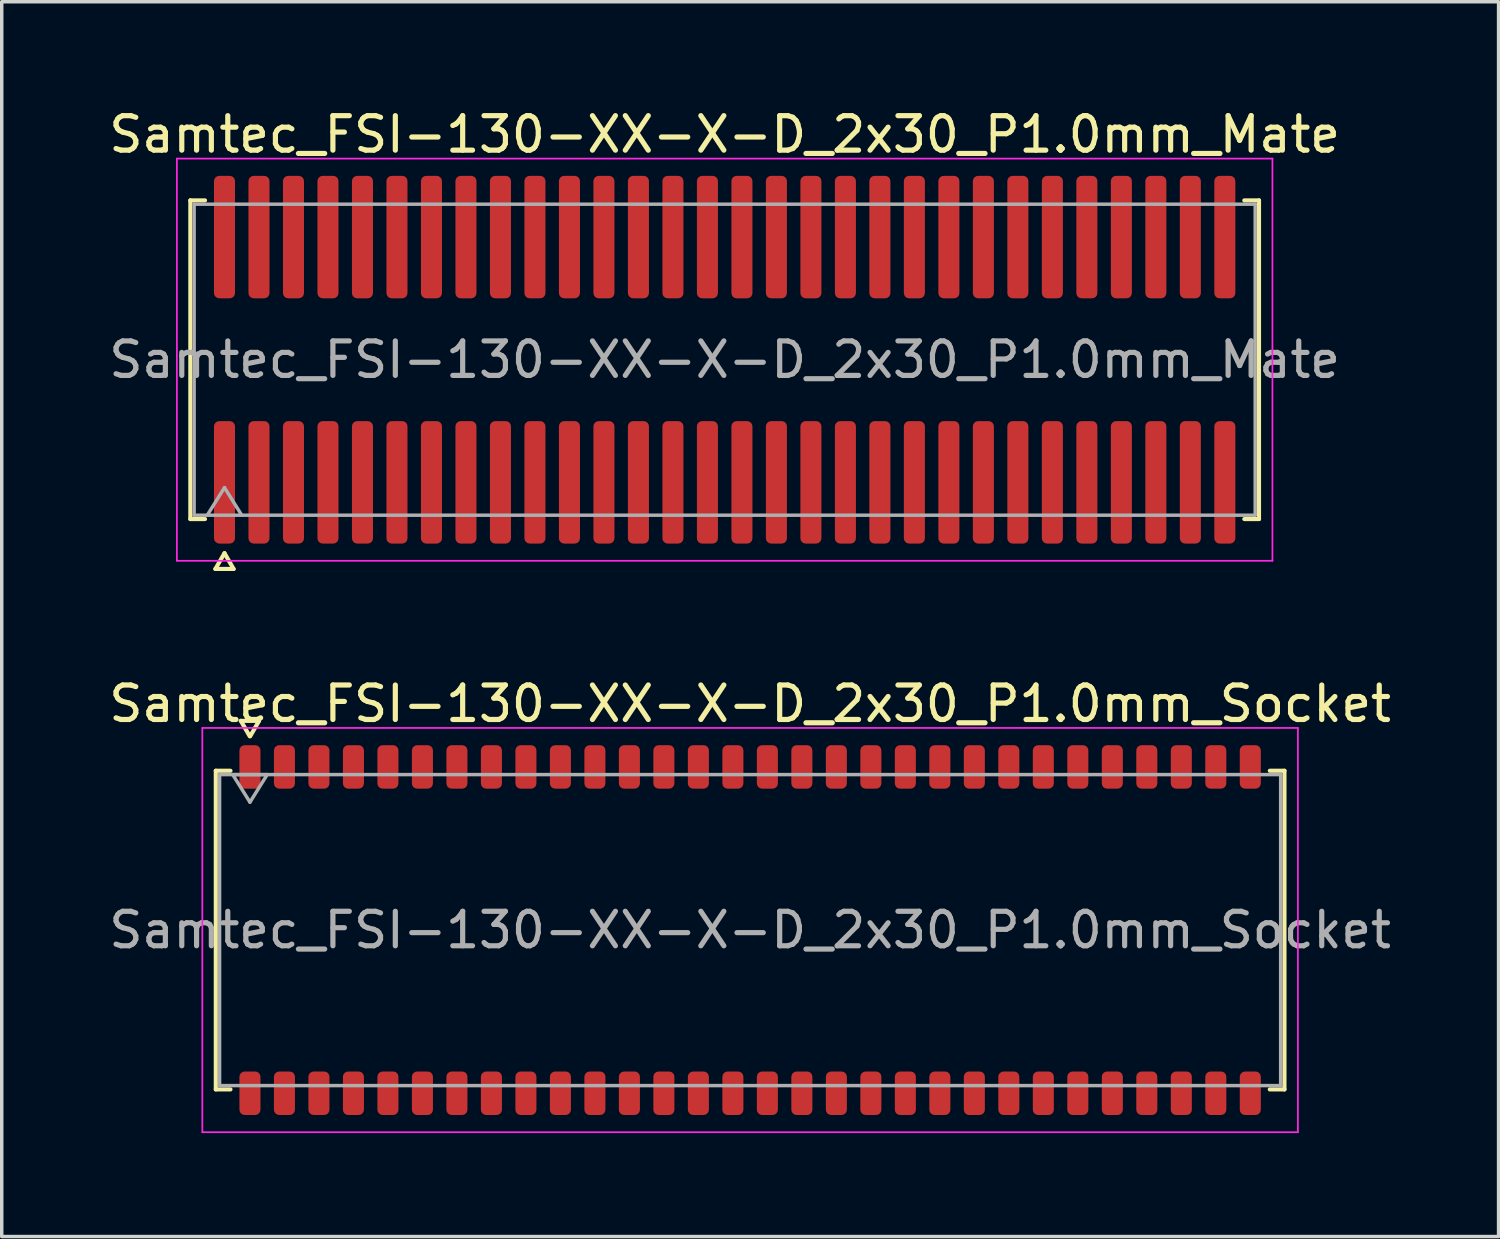
<source format=kicad_pcb>
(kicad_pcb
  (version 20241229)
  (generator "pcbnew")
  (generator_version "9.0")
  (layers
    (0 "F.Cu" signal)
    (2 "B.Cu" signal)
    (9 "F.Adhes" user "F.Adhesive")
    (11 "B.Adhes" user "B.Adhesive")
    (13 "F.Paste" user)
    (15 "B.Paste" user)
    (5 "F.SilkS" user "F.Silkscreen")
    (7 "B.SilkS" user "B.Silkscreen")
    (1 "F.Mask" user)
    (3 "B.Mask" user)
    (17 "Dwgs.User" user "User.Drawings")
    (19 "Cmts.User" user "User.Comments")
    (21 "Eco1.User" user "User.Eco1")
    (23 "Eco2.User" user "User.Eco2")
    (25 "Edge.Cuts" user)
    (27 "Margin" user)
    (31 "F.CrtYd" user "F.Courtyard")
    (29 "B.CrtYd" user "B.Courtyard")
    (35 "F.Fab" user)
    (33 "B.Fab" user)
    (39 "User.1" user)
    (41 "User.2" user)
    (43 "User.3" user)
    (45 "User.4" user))
  (footprint "Samtec_FSI-130-XX-X-D_2x30_P1.0mm_Mate"
    (layer "F.Cu")
    (at 17.958 7.378)
    (property "Reference" "Samtec_FSI-130-XX-X-D_2x30_P1.0mm_Mate" (at 0 -6.53 0) (layer "F.SilkS") (effects (font (size 1 1) (thickness 0.15))))
    (attr smd exclude_from_pos_files exclude_from_bom)
    (fp_line (start -15.49 -4.619) (end -15.065 -4.619) (stroke (width 0.12) (type solid)) (layer "F.SilkS"))
    (fp_line (start -15.49 4.619) (end -15.49 -4.619) (stroke (width 0.12) (type solid)) (layer "F.SilkS"))
    (fp_line (start -15.065 4.619) (end -15.49 4.619) (stroke (width 0.12) (type solid)) (layer "F.SilkS"))
    (fp_line (start -14.764 6.066) (end -14.5 5.609) (stroke (width 0.12) (type solid)) (layer "F.SilkS"))
    (fp_line (start -14.5 5.609) (end -14.236 6.066) (stroke (width 0.12) (type solid)) (layer "F.SilkS"))
    (fp_line (start -14.236 6.066) (end -14.764 6.066) (stroke (width 0.12) (type solid)) (layer "F.SilkS"))
    (fp_line (start 15.065 -4.619) (end 15.49 -4.619) (stroke (width 0.12) (type solid)) (layer "F.SilkS"))
    (fp_line (start 15.49 -4.619) (end 15.49 4.619) (stroke (width 0.12) (type solid)) (layer "F.SilkS"))
    (fp_line (start 15.49 4.619) (end 15.065 4.619) (stroke (width 0.12) (type solid)) (layer "F.SilkS"))
    (fp_line (start -15.88 -5.83) (end -15.88 5.83) (stroke (width 0.05) (type solid)) (layer "F.CrtYd"))
    (fp_line (start -15.88 5.83) (end 15.88 5.83) (stroke (width 0.05) (type solid)) (layer "F.CrtYd"))
    (fp_line (start 15.88 -5.83) (end -15.88 -5.83) (stroke (width 0.05) (type solid)) (layer "F.CrtYd"))
    (fp_line (start 15.88 5.83) (end 15.88 -5.83) (stroke (width 0.05) (type solid)) (layer "F.CrtYd"))
    (fp_line (start -15.38 -4.508) (end 15.38 -4.508) (stroke (width 0.1) (type solid)) (layer "F.Fab"))
    (fp_line (start -15.38 4.508) (end -15.38 -4.508) (stroke (width 0.1) (type solid)) (layer "F.Fab"))
    (fp_line (start -15 4.508) (end -14.5 3.708) (stroke (width 0.1) (type solid)) (layer "F.Fab"))
    (fp_line (start -14.5 3.708) (end -14 4.508) (stroke (width 0.1) (type solid)) (layer "F.Fab"))
    (fp_line (start 15.38 -4.508) (end 15.38 4.508) (stroke (width 0.1) (type solid)) (layer "F.Fab"))
    (fp_line (start 15.38 4.508) (end -15.38 4.508) (stroke (width 0.1) (type solid)) (layer "F.Fab"))
    (fp_text user "${REFERENCE}" (at 0 0 0) (layer "F.Fab") (effects (font (size 1 1) (thickness 0.15))))
    (pad "1" smd roundrect (at -14.5 3.555) (size 0.61 3.55) (layers "F.Cu" "F.Mask") (roundrect_rratio 0.25))
    (pad "2" smd roundrect (at -14.5 -3.555) (size 0.61 3.55) (layers "F.Cu" "F.Mask") (roundrect_rratio 0.25))
    (pad "3" smd roundrect (at -13.5 3.555) (size 0.61 3.55) (layers "F.Cu" "F.Mask") (roundrect_rratio 0.25))
    (pad "4" smd roundrect (at -13.5 -3.555) (size 0.61 3.55) (layers "F.Cu" "F.Mask") (roundrect_rratio 0.25))
    (pad "5" smd roundrect (at -12.5 3.555) (size 0.61 3.55) (layers "F.Cu" "F.Mask") (roundrect_rratio 0.25))
    (pad "6" smd roundrect (at -12.5 -3.555) (size 0.61 3.55) (layers "F.Cu" "F.Mask") (roundrect_rratio 0.25))
    (pad "7" smd roundrect (at -11.5 3.555) (size 0.61 3.55) (layers "F.Cu" "F.Mask") (roundrect_rratio 0.25))
    (pad "8" smd roundrect (at -11.5 -3.555) (size 0.61 3.55) (layers "F.Cu" "F.Mask") (roundrect_rratio 0.25))
    (pad "9" smd roundrect (at -10.5 3.555) (size 0.61 3.55) (layers "F.Cu" "F.Mask") (roundrect_rratio 0.25))
    (pad "10" smd roundrect (at -10.5 -3.555) (size 0.61 3.55) (layers "F.Cu" "F.Mask") (roundrect_rratio 0.25))
    (pad "11" smd roundrect (at -9.5 3.555) (size 0.61 3.55) (layers "F.Cu" "F.Mask") (roundrect_rratio 0.25))
    (pad "12" smd roundrect (at -9.5 -3.555) (size 0.61 3.55) (layers "F.Cu" "F.Mask") (roundrect_rratio 0.25))
    (pad "13" smd roundrect (at -8.5 3.555) (size 0.61 3.55) (layers "F.Cu" "F.Mask") (roundrect_rratio 0.25))
    (pad "14" smd roundrect (at -8.5 -3.555) (size 0.61 3.55) (layers "F.Cu" "F.Mask") (roundrect_rratio 0.25))
    (pad "15" smd roundrect (at -7.5 3.555) (size 0.61 3.55) (layers "F.Cu" "F.Mask") (roundrect_rratio 0.25))
    (pad "16" smd roundrect (at -7.5 -3.555) (size 0.61 3.55) (layers "F.Cu" "F.Mask") (roundrect_rratio 0.25))
    (pad "17" smd roundrect (at -6.5 3.555) (size 0.61 3.55) (layers "F.Cu" "F.Mask") (roundrect_rratio 0.25))
    (pad "18" smd roundrect (at -6.5 -3.555) (size 0.61 3.55) (layers "F.Cu" "F.Mask") (roundrect_rratio 0.25))
    (pad "19" smd roundrect (at -5.5 3.555) (size 0.61 3.55) (layers "F.Cu" "F.Mask") (roundrect_rratio 0.25))
    (pad "20" smd roundrect (at -5.5 -3.555) (size 0.61 3.55) (layers "F.Cu" "F.Mask") (roundrect_rratio 0.25))
    (pad "21" smd roundrect (at -4.5 3.555) (size 0.61 3.55) (layers "F.Cu" "F.Mask") (roundrect_rratio 0.25))
    (pad "22" smd roundrect (at -4.5 -3.555) (size 0.61 3.55) (layers "F.Cu" "F.Mask") (roundrect_rratio 0.25))
    (pad "23" smd roundrect (at -3.5 3.555) (size 0.61 3.55) (layers "F.Cu" "F.Mask") (roundrect_rratio 0.25))
    (pad "24" smd roundrect (at -3.5 -3.555) (size 0.61 3.55) (layers "F.Cu" "F.Mask") (roundrect_rratio 0.25))
    (pad "25" smd roundrect (at -2.5 3.555) (size 0.61 3.55) (layers "F.Cu" "F.Mask") (roundrect_rratio 0.25))
    (pad "26" smd roundrect (at -2.5 -3.555) (size 0.61 3.55) (layers "F.Cu" "F.Mask") (roundrect_rratio 0.25))
    (pad "27" smd roundrect (at -1.5 3.555) (size 0.61 3.55) (layers "F.Cu" "F.Mask") (roundrect_rratio 0.25))
    (pad "28" smd roundrect (at -1.5 -3.555) (size 0.61 3.55) (layers "F.Cu" "F.Mask") (roundrect_rratio 0.25))
    (pad "29" smd roundrect (at -0.5 3.555) (size 0.61 3.55) (layers "F.Cu" "F.Mask") (roundrect_rratio 0.25))
    (pad "30" smd roundrect (at -0.5 -3.555) (size 0.61 3.55) (layers "F.Cu" "F.Mask") (roundrect_rratio 0.25))
    (pad "31" smd roundrect (at 0.5 3.555) (size 0.61 3.55) (layers "F.Cu" "F.Mask") (roundrect_rratio 0.25))
    (pad "32" smd roundrect (at 0.5 -3.555) (size 0.61 3.55) (layers "F.Cu" "F.Mask") (roundrect_rratio 0.25))
    (pad "33" smd roundrect (at 1.5 3.555) (size 0.61 3.55) (layers "F.Cu" "F.Mask") (roundrect_rratio 0.25))
    (pad "34" smd roundrect (at 1.5 -3.555) (size 0.61 3.55) (layers "F.Cu" "F.Mask") (roundrect_rratio 0.25))
    (pad "35" smd roundrect (at 2.5 3.555) (size 0.61 3.55) (layers "F.Cu" "F.Mask") (roundrect_rratio 0.25))
    (pad "36" smd roundrect (at 2.5 -3.555) (size 0.61 3.55) (layers "F.Cu" "F.Mask") (roundrect_rratio 0.25))
    (pad "37" smd roundrect (at 3.5 3.555) (size 0.61 3.55) (layers "F.Cu" "F.Mask") (roundrect_rratio 0.25))
    (pad "38" smd roundrect (at 3.5 -3.555) (size 0.61 3.55) (layers "F.Cu" "F.Mask") (roundrect_rratio 0.25))
    (pad "39" smd roundrect (at 4.5 3.555) (size 0.61 3.55) (layers "F.Cu" "F.Mask") (roundrect_rratio 0.25))
    (pad "40" smd roundrect (at 4.5 -3.555) (size 0.61 3.55) (layers "F.Cu" "F.Mask") (roundrect_rratio 0.25))
    (pad "41" smd roundrect (at 5.5 3.555) (size 0.61 3.55) (layers "F.Cu" "F.Mask") (roundrect_rratio 0.25))
    (pad "42" smd roundrect (at 5.5 -3.555) (size 0.61 3.55) (layers "F.Cu" "F.Mask") (roundrect_rratio 0.25))
    (pad "43" smd roundrect (at 6.5 3.555) (size 0.61 3.55) (layers "F.Cu" "F.Mask") (roundrect_rratio 0.25))
    (pad "44" smd roundrect (at 6.5 -3.555) (size 0.61 3.55) (layers "F.Cu" "F.Mask") (roundrect_rratio 0.25))
    (pad "45" smd roundrect (at 7.5 3.555) (size 0.61 3.55) (layers "F.Cu" "F.Mask") (roundrect_rratio 0.25))
    (pad "46" smd roundrect (at 7.5 -3.555) (size 0.61 3.55) (layers "F.Cu" "F.Mask") (roundrect_rratio 0.25))
    (pad "47" smd roundrect (at 8.5 3.555) (size 0.61 3.55) (layers "F.Cu" "F.Mask") (roundrect_rratio 0.25))
    (pad "48" smd roundrect (at 8.5 -3.555) (size 0.61 3.55) (layers "F.Cu" "F.Mask") (roundrect_rratio 0.25))
    (pad "49" smd roundrect (at 9.5 3.555) (size 0.61 3.55) (layers "F.Cu" "F.Mask") (roundrect_rratio 0.25))
    (pad "50" smd roundrect (at 9.5 -3.555) (size 0.61 3.55) (layers "F.Cu" "F.Mask") (roundrect_rratio 0.25))
    (pad "51" smd roundrect (at 10.5 3.555) (size 0.61 3.55) (layers "F.Cu" "F.Mask") (roundrect_rratio 0.25))
    (pad "52" smd roundrect (at 10.5 -3.555) (size 0.61 3.55) (layers "F.Cu" "F.Mask") (roundrect_rratio 0.25))
    (pad "53" smd roundrect (at 11.5 3.555) (size 0.61 3.55) (layers "F.Cu" "F.Mask") (roundrect_rratio 0.25))
    (pad "54" smd roundrect (at 11.5 -3.555) (size 0.61 3.55) (layers "F.Cu" "F.Mask") (roundrect_rratio 0.25))
    (pad "55" smd roundrect (at 12.5 3.555) (size 0.61 3.55) (layers "F.Cu" "F.Mask") (roundrect_rratio 0.25))
    (pad "56" smd roundrect (at 12.5 -3.555) (size 0.61 3.55) (layers "F.Cu" "F.Mask") (roundrect_rratio 0.25))
    (pad "57" smd roundrect (at 13.5 3.555) (size 0.61 3.55) (layers "F.Cu" "F.Mask") (roundrect_rratio 0.25))
    (pad "58" smd roundrect (at 13.5 -3.555) (size 0.61 3.55) (layers "F.Cu" "F.Mask") (roundrect_rratio 0.25))
    (pad "59" smd roundrect (at 14.5 3.555) (size 0.61 3.55) (layers "F.Cu" "F.Mask") (roundrect_rratio 0.25))
    (pad "60" smd roundrect (at 14.5 -3.555) (size 0.61 3.55) (layers "F.Cu" "F.Mask") (roundrect_rratio 0.25)))
  (footprint "Samtec_FSI-130-XX-X-D_2x30_P1.0mm_Socket"
    (layer "F.Cu")
    (at 18.696 23.913)
    (property "Reference" "Samtec_FSI-130-XX-X-D_2x30_P1.0mm_Socket" (at 0 -6.56 0) (layer "F.SilkS") (effects (font (size 1 1) (thickness 0.15))))
    (attr smd)
    (fp_line (start -15.49 -4.619) (end -15.065 -4.619) (stroke (width 0.12) (type solid)) (layer "F.SilkS"))
    (fp_line (start -15.49 4.619) (end -15.49 -4.619) (stroke (width 0.12) (type solid)) (layer "F.SilkS"))
    (fp_line (start -15.065 4.619) (end -15.49 4.619) (stroke (width 0.12) (type solid)) (layer "F.SilkS"))
    (fp_line (start -14.764 -6.066) (end -14.507 -5.62) (stroke (width 0.12) (type solid)) (layer "F.SilkS"))
    (fp_line (start -14.493 -5.62) (end -14.236 -6.066) (stroke (width 0.12) (type solid)) (layer "F.SilkS"))
    (fp_line (start -14.236 -6.066) (end -14.764 -6.066) (stroke (width 0.12) (type solid)) (layer "F.SilkS"))
    (fp_line (start 15.065 -4.619) (end 15.49 -4.619) (stroke (width 0.12) (type solid)) (layer "F.SilkS"))
    (fp_line (start 15.49 -4.619) (end 15.49 4.619) (stroke (width 0.12) (type solid)) (layer "F.SilkS"))
    (fp_line (start 15.49 4.619) (end 15.065 4.619) (stroke (width 0.12) (type solid)) (layer "F.SilkS"))
    (fp_line (start -15.88 -5.86) (end -15.88 5.86) (stroke (width 0.05) (type solid)) (layer "F.CrtYd"))
    (fp_line (start -15.88 5.86) (end 15.88 5.86) (stroke (width 0.05) (type solid)) (layer "F.CrtYd"))
    (fp_line (start 15.88 -5.86) (end -15.88 -5.86) (stroke (width 0.05) (type solid)) (layer "F.CrtYd"))
    (fp_line (start 15.88 5.86) (end 15.88 -5.86) (stroke (width 0.05) (type solid)) (layer "F.CrtYd"))
    (fp_line (start -15.38 -4.508) (end 15.38 -4.508) (stroke (width 0.1) (type solid)) (layer "F.Fab"))
    (fp_line (start -15.38 4.508) (end -15.38 -4.508) (stroke (width 0.1) (type solid)) (layer "F.Fab"))
    (fp_line (start -15 -4.508) (end -14.5 -3.708) (stroke (width 0.1) (type solid)) (layer "F.Fab"))
    (fp_line (start -14.5 -3.708) (end -14 -4.508) (stroke (width 0.1) (type solid)) (layer "F.Fab"))
    (fp_line (start -14 -4.508) (end -15 -4.508) (stroke (width 0.1) (type solid)) (layer "F.Fab"))
    (fp_line (start 15.38 -4.508) (end 15.38 4.508) (stroke (width 0.1) (type solid)) (layer "F.Fab"))
    (fp_line (start 15.38 4.508) (end -15.38 4.508) (stroke (width 0.1) (type solid)) (layer "F.Fab"))
    (fp_text user "${REFERENCE}" (at 0 0 0) (layer "F.Fab") (effects (font (size 1 1) (thickness 0.15))))
    (pad "1" smd roundrect (at -14.5 -4.73) (size 0.61 1.26) (layers "F.Cu" "F.Mask" "F.Paste") (roundrect_rratio 0.25))
    (pad "2" smd roundrect (at -14.5 4.73) (size 0.61 1.26) (layers "F.Cu" "F.Mask" "F.Paste") (roundrect_rratio 0.25))
    (pad "3" smd roundrect (at -13.5 -4.73) (size 0.61 1.26) (layers "F.Cu" "F.Mask" "F.Paste") (roundrect_rratio 0.25))
    (pad "4" smd roundrect (at -13.5 4.73) (size 0.61 1.26) (layers "F.Cu" "F.Mask" "F.Paste") (roundrect_rratio 0.25))
    (pad "5" smd roundrect (at -12.5 -4.73) (size 0.61 1.26) (layers "F.Cu" "F.Mask" "F.Paste") (roundrect_rratio 0.25))
    (pad "6" smd roundrect (at -12.5 4.73) (size 0.61 1.26) (layers "F.Cu" "F.Mask" "F.Paste") (roundrect_rratio 0.25))
    (pad "7" smd roundrect (at -11.5 -4.73) (size 0.61 1.26) (layers "F.Cu" "F.Mask" "F.Paste") (roundrect_rratio 0.25))
    (pad "8" smd roundrect (at -11.5 4.73) (size 0.61 1.26) (layers "F.Cu" "F.Mask" "F.Paste") (roundrect_rratio 0.25))
    (pad "9" smd roundrect (at -10.5 -4.73) (size 0.61 1.26) (layers "F.Cu" "F.Mask" "F.Paste") (roundrect_rratio 0.25))
    (pad "10" smd roundrect (at -10.5 4.73) (size 0.61 1.26) (layers "F.Cu" "F.Mask" "F.Paste") (roundrect_rratio 0.25))
    (pad "11" smd roundrect (at -9.5 -4.73) (size 0.61 1.26) (layers "F.Cu" "F.Mask" "F.Paste") (roundrect_rratio 0.25))
    (pad "12" smd roundrect (at -9.5 4.73) (size 0.61 1.26) (layers "F.Cu" "F.Mask" "F.Paste") (roundrect_rratio 0.25))
    (pad "13" smd roundrect (at -8.5 -4.73) (size 0.61 1.26) (layers "F.Cu" "F.Mask" "F.Paste") (roundrect_rratio 0.25))
    (pad "14" smd roundrect (at -8.5 4.73) (size 0.61 1.26) (layers "F.Cu" "F.Mask" "F.Paste") (roundrect_rratio 0.25))
    (pad "15" smd roundrect (at -7.5 -4.73) (size 0.61 1.26) (layers "F.Cu" "F.Mask" "F.Paste") (roundrect_rratio 0.25))
    (pad "16" smd roundrect (at -7.5 4.73) (size 0.61 1.26) (layers "F.Cu" "F.Mask" "F.Paste") (roundrect_rratio 0.25))
    (pad "17" smd roundrect (at -6.5 -4.73) (size 0.61 1.26) (layers "F.Cu" "F.Mask" "F.Paste") (roundrect_rratio 0.25))
    (pad "18" smd roundrect (at -6.5 4.73) (size 0.61 1.26) (layers "F.Cu" "F.Mask" "F.Paste") (roundrect_rratio 0.25))
    (pad "19" smd roundrect (at -5.5 -4.73) (size 0.61 1.26) (layers "F.Cu" "F.Mask" "F.Paste") (roundrect_rratio 0.25))
    (pad "20" smd roundrect (at -5.5 4.73) (size 0.61 1.26) (layers "F.Cu" "F.Mask" "F.Paste") (roundrect_rratio 0.25))
    (pad "21" smd roundrect (at -4.5 -4.73) (size 0.61 1.26) (layers "F.Cu" "F.Mask" "F.Paste") (roundrect_rratio 0.25))
    (pad "22" smd roundrect (at -4.5 4.73) (size 0.61 1.26) (layers "F.Cu" "F.Mask" "F.Paste") (roundrect_rratio 0.25))
    (pad "23" smd roundrect (at -3.5 -4.73) (size 0.61 1.26) (layers "F.Cu" "F.Mask" "F.Paste") (roundrect_rratio 0.25))
    (pad "24" smd roundrect (at -3.5 4.73) (size 0.61 1.26) (layers "F.Cu" "F.Mask" "F.Paste") (roundrect_rratio 0.25))
    (pad "25" smd roundrect (at -2.5 -4.73) (size 0.61 1.26) (layers "F.Cu" "F.Mask" "F.Paste") (roundrect_rratio 0.25))
    (pad "26" smd roundrect (at -2.5 4.73) (size 0.61 1.26) (layers "F.Cu" "F.Mask" "F.Paste") (roundrect_rratio 0.25))
    (pad "27" smd roundrect (at -1.5 -4.73) (size 0.61 1.26) (layers "F.Cu" "F.Mask" "F.Paste") (roundrect_rratio 0.25))
    (pad "28" smd roundrect (at -1.5 4.73) (size 0.61 1.26) (layers "F.Cu" "F.Mask" "F.Paste") (roundrect_rratio 0.25))
    (pad "29" smd roundrect (at -0.5 -4.73) (size 0.61 1.26) (layers "F.Cu" "F.Mask" "F.Paste") (roundrect_rratio 0.25))
    (pad "30" smd roundrect (at -0.5 4.73) (size 0.61 1.26) (layers "F.Cu" "F.Mask" "F.Paste") (roundrect_rratio 0.25))
    (pad "31" smd roundrect (at 0.5 -4.73) (size 0.61 1.26) (layers "F.Cu" "F.Mask" "F.Paste") (roundrect_rratio 0.25))
    (pad "32" smd roundrect (at 0.5 4.73) (size 0.61 1.26) (layers "F.Cu" "F.Mask" "F.Paste") (roundrect_rratio 0.25))
    (pad "33" smd roundrect (at 1.5 -4.73) (size 0.61 1.26) (layers "F.Cu" "F.Mask" "F.Paste") (roundrect_rratio 0.25))
    (pad "34" smd roundrect (at 1.5 4.73) (size 0.61 1.26) (layers "F.Cu" "F.Mask" "F.Paste") (roundrect_rratio 0.25))
    (pad "35" smd roundrect (at 2.5 -4.73) (size 0.61 1.26) (layers "F.Cu" "F.Mask" "F.Paste") (roundrect_rratio 0.25))
    (pad "36" smd roundrect (at 2.5 4.73) (size 0.61 1.26) (layers "F.Cu" "F.Mask" "F.Paste") (roundrect_rratio 0.25))
    (pad "37" smd roundrect (at 3.5 -4.73) (size 0.61 1.26) (layers "F.Cu" "F.Mask" "F.Paste") (roundrect_rratio 0.25))
    (pad "38" smd roundrect (at 3.5 4.73) (size 0.61 1.26) (layers "F.Cu" "F.Mask" "F.Paste") (roundrect_rratio 0.25))
    (pad "39" smd roundrect (at 4.5 -4.73) (size 0.61 1.26) (layers "F.Cu" "F.Mask" "F.Paste") (roundrect_rratio 0.25))
    (pad "40" smd roundrect (at 4.5 4.73) (size 0.61 1.26) (layers "F.Cu" "F.Mask" "F.Paste") (roundrect_rratio 0.25))
    (pad "41" smd roundrect (at 5.5 -4.73) (size 0.61 1.26) (layers "F.Cu" "F.Mask" "F.Paste") (roundrect_rratio 0.25))
    (pad "42" smd roundrect (at 5.5 4.73) (size 0.61 1.26) (layers "F.Cu" "F.Mask" "F.Paste") (roundrect_rratio 0.25))
    (pad "43" smd roundrect (at 6.5 -4.73) (size 0.61 1.26) (layers "F.Cu" "F.Mask" "F.Paste") (roundrect_rratio 0.25))
    (pad "44" smd roundrect (at 6.5 4.73) (size 0.61 1.26) (layers "F.Cu" "F.Mask" "F.Paste") (roundrect_rratio 0.25))
    (pad "45" smd roundrect (at 7.5 -4.73) (size 0.61 1.26) (layers "F.Cu" "F.Mask" "F.Paste") (roundrect_rratio 0.25))
    (pad "46" smd roundrect (at 7.5 4.73) (size 0.61 1.26) (layers "F.Cu" "F.Mask" "F.Paste") (roundrect_rratio 0.25))
    (pad "47" smd roundrect (at 8.5 -4.73) (size 0.61 1.26) (layers "F.Cu" "F.Mask" "F.Paste") (roundrect_rratio 0.25))
    (pad "48" smd roundrect (at 8.5 4.73) (size 0.61 1.26) (layers "F.Cu" "F.Mask" "F.Paste") (roundrect_rratio 0.25))
    (pad "49" smd roundrect (at 9.5 -4.73) (size 0.61 1.26) (layers "F.Cu" "F.Mask" "F.Paste") (roundrect_rratio 0.25))
    (pad "50" smd roundrect (at 9.5 4.73) (size 0.61 1.26) (layers "F.Cu" "F.Mask" "F.Paste") (roundrect_rratio 0.25))
    (pad "51" smd roundrect (at 10.5 -4.73) (size 0.61 1.26) (layers "F.Cu" "F.Mask" "F.Paste") (roundrect_rratio 0.25))
    (pad "52" smd roundrect (at 10.5 4.73) (size 0.61 1.26) (layers "F.Cu" "F.Mask" "F.Paste") (roundrect_rratio 0.25))
    (pad "53" smd roundrect (at 11.5 -4.73) (size 0.61 1.26) (layers "F.Cu" "F.Mask" "F.Paste") (roundrect_rratio 0.25))
    (pad "54" smd roundrect (at 11.5 4.73) (size 0.61 1.26) (layers "F.Cu" "F.Mask" "F.Paste") (roundrect_rratio 0.25))
    (pad "55" smd roundrect (at 12.5 -4.73) (size 0.61 1.26) (layers "F.Cu" "F.Mask" "F.Paste") (roundrect_rratio 0.25))
    (pad "56" smd roundrect (at 12.5 4.73) (size 0.61 1.26) (layers "F.Cu" "F.Mask" "F.Paste") (roundrect_rratio 0.25))
    (pad "57" smd roundrect (at 13.5 -4.73) (size 0.61 1.26) (layers "F.Cu" "F.Mask" "F.Paste") (roundrect_rratio 0.25))
    (pad "58" smd roundrect (at 13.5 4.73) (size 0.61 1.26) (layers "F.Cu" "F.Mask" "F.Paste") (roundrect_rratio 0.25))
    (pad "59" smd roundrect (at 14.5 -4.73) (size 0.61 1.26) (layers "F.Cu" "F.Mask" "F.Paste") (roundrect_rratio 0.25))
    (pad "60" smd roundrect (at 14.5 4.73) (size 0.61 1.26) (layers "F.Cu" "F.Mask" "F.Paste") (roundrect_rratio 0.25)))
  (gr_rect
    (start -3 -3)
    (end 40.393 32.797)
    (stroke (width 0.1) (type default))
    (fill no)
    (layer "Edge.Cuts")))
</source>
